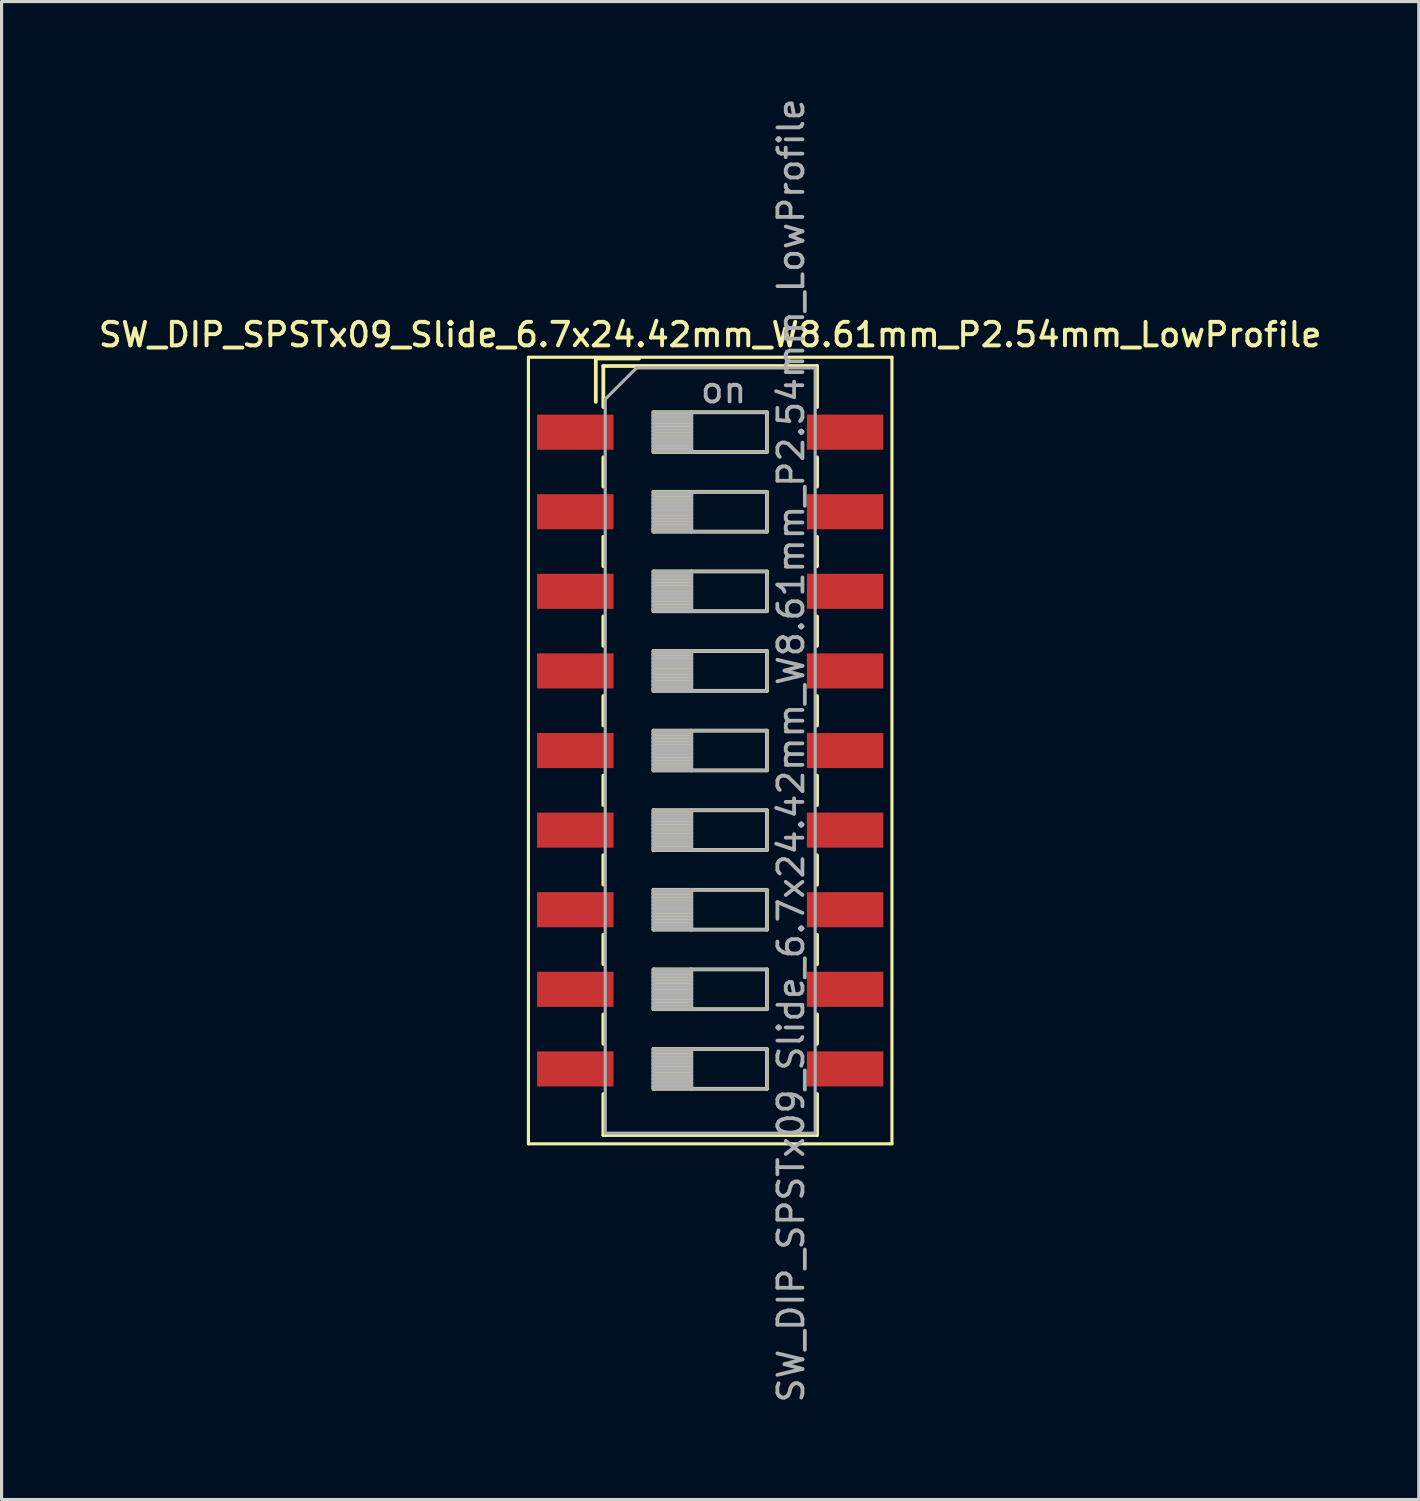
<source format=kicad_pcb>
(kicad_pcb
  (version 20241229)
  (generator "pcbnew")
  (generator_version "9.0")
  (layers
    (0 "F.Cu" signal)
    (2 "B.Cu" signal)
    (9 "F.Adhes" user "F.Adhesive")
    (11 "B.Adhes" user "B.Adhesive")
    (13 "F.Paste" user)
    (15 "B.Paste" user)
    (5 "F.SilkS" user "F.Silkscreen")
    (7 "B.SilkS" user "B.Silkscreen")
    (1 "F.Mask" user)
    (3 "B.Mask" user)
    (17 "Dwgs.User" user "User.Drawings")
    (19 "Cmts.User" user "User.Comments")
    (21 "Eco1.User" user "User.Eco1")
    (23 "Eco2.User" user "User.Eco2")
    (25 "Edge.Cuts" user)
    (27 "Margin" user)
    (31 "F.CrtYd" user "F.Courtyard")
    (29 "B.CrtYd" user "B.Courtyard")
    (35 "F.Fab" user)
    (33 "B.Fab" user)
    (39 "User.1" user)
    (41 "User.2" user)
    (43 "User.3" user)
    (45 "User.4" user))
  (footprint "SW_DIP_SPSTx09_Slide_6.7x24.42mm_W8.61mm_P2.54mm_LowProfile"
    (layer "F.Cu")
    (at 19.613 20.9)
    (property "Reference" "SW_DIP_SPSTx09_Slide_6.7x24.42mm_W8.61mm_P2.54mm_LowProfile" (at 0 -13.27 0) (layer "F.SilkS") (effects (font (size 0.75 0.75) (thickness 0.125))))
    (attr smd)
    (fp_line (start -5.8 -12.55) (end -5.8 12.55) (stroke (width 0.1) (type solid)) (layer "F.SilkS"))
    (fp_line (start -5.8 12.55) (end 5.8 12.55) (stroke (width 0.1) (type solid)) (layer "F.SilkS"))
    (fp_line (start -3.65 -12.51) (end -3.65 -11.127) (stroke (width 0.12) (type solid)) (layer "F.SilkS"))
    (fp_line (start -3.65 -12.51) (end -2.267 -12.51) (stroke (width 0.12) (type solid)) (layer "F.SilkS"))
    (fp_line (start -3.41 -12.27) (end -3.41 -10.96) (stroke (width 0.12) (type solid)) (layer "F.SilkS"))
    (fp_line (start -3.41 -12.27) (end 3.41 -12.27) (stroke (width 0.12) (type solid)) (layer "F.SilkS"))
    (fp_line (start -3.41 -9.36) (end -3.41 -8.42) (stroke (width 0.12) (type solid)) (layer "F.SilkS"))
    (fp_line (start -3.41 -6.82) (end -3.41 -5.88) (stroke (width 0.12) (type solid)) (layer "F.SilkS"))
    (fp_line (start -3.41 -4.28) (end -3.41 -3.34) (stroke (width 0.12) (type solid)) (layer "F.SilkS"))
    (fp_line (start -3.41 -1.74) (end -3.41 -0.8) (stroke (width 0.12) (type solid)) (layer "F.SilkS"))
    (fp_line (start -3.41 0.8) (end -3.41 1.74) (stroke (width 0.12) (type solid)) (layer "F.SilkS"))
    (fp_line (start -3.41 3.34) (end -3.41 4.28) (stroke (width 0.12) (type solid)) (layer "F.SilkS"))
    (fp_line (start -3.41 5.88) (end -3.41 6.82) (stroke (width 0.12) (type solid)) (layer "F.SilkS"))
    (fp_line (start -3.41 8.42) (end -3.41 9.36) (stroke (width 0.12) (type solid)) (layer "F.SilkS"))
    (fp_line (start -3.41 10.96) (end -3.41 12.271) (stroke (width 0.12) (type solid)) (layer "F.SilkS"))
    (fp_line (start -3.41 12.271) (end 3.41 12.271) (stroke (width 0.12) (type solid)) (layer "F.SilkS"))
    (fp_line (start -1.81 -10.795) (end -1.81 -9.525) (stroke (width 0.12) (type solid)) (layer "F.SilkS"))
    (fp_line (start -1.81 -10.675) (end -0.603 -10.675) (stroke (width 0.12) (type solid)) (layer "F.SilkS"))
    (fp_line (start -1.81 -10.555) (end -0.603 -10.555) (stroke (width 0.12) (type solid)) (layer "F.SilkS"))
    (fp_line (start -1.81 -10.435) (end -0.603 -10.435) (stroke (width 0.12) (type solid)) (layer "F.SilkS"))
    (fp_line (start -1.81 -10.315) (end -0.603 -10.315) (stroke (width 0.12) (type solid)) (layer "F.SilkS"))
    (fp_line (start -1.81 -10.195) (end -0.603 -10.195) (stroke (width 0.12) (type solid)) (layer "F.SilkS"))
    (fp_line (start -1.81 -10.075) (end -0.603 -10.075) (stroke (width 0.12) (type solid)) (layer "F.SilkS"))
    (fp_line (start -1.81 -9.955) (end -0.603 -9.955) (stroke (width 0.12) (type solid)) (layer "F.SilkS"))
    (fp_line (start -1.81 -9.835) (end -0.603 -9.835) (stroke (width 0.12) (type solid)) (layer "F.SilkS"))
    (fp_line (start -1.81 -9.715) (end -0.603 -9.715) (stroke (width 0.12) (type solid)) (layer "F.SilkS"))
    (fp_line (start -1.81 -9.595) (end -0.603 -9.595) (stroke (width 0.12) (type solid)) (layer "F.SilkS"))
    (fp_line (start -1.81 -9.525) (end 1.81 -9.525) (stroke (width 0.12) (type solid)) (layer "F.SilkS"))
    (fp_line (start -1.81 -8.255) (end -1.81 -6.985) (stroke (width 0.12) (type solid)) (layer "F.SilkS"))
    (fp_line (start -1.81 -8.135) (end -0.603 -8.135) (stroke (width 0.12) (type solid)) (layer "F.SilkS"))
    (fp_line (start -1.81 -8.015) (end -0.603 -8.015) (stroke (width 0.12) (type solid)) (layer "F.SilkS"))
    (fp_line (start -1.81 -7.895) (end -0.603 -7.895) (stroke (width 0.12) (type solid)) (layer "F.SilkS"))
    (fp_line (start -1.81 -7.775) (end -0.603 -7.775) (stroke (width 0.12) (type solid)) (layer "F.SilkS"))
    (fp_line (start -1.81 -7.655) (end -0.603 -7.655) (stroke (width 0.12) (type solid)) (layer "F.SilkS"))
    (fp_line (start -1.81 -7.535) (end -0.603 -7.535) (stroke (width 0.12) (type solid)) (layer "F.SilkS"))
    (fp_line (start -1.81 -7.415) (end -0.603 -7.415) (stroke (width 0.12) (type solid)) (layer "F.SilkS"))
    (fp_line (start -1.81 -7.295) (end -0.603 -7.295) (stroke (width 0.12) (type solid)) (layer "F.SilkS"))
    (fp_line (start -1.81 -7.175) (end -0.603 -7.175) (stroke (width 0.12) (type solid)) (layer "F.SilkS"))
    (fp_line (start -1.81 -7.055) (end -0.603 -7.055) (stroke (width 0.12) (type solid)) (layer "F.SilkS"))
    (fp_line (start -1.81 -6.985) (end 1.81 -6.985) (stroke (width 0.12) (type solid)) (layer "F.SilkS"))
    (fp_line (start -1.81 -5.715) (end -1.81 -4.445) (stroke (width 0.12) (type solid)) (layer "F.SilkS"))
    (fp_line (start -1.81 -5.595) (end -0.603 -5.595) (stroke (width 0.12) (type solid)) (layer "F.SilkS"))
    (fp_line (start -1.81 -5.475) (end -0.603 -5.475) (stroke (width 0.12) (type solid)) (layer "F.SilkS"))
    (fp_line (start -1.81 -5.355) (end -0.603 -5.355) (stroke (width 0.12) (type solid)) (layer "F.SilkS"))
    (fp_line (start -1.81 -5.235) (end -0.603 -5.235) (stroke (width 0.12) (type solid)) (layer "F.SilkS"))
    (fp_line (start -1.81 -5.115) (end -0.603 -5.115) (stroke (width 0.12) (type solid)) (layer "F.SilkS"))
    (fp_line (start -1.81 -4.995) (end -0.603 -4.995) (stroke (width 0.12) (type solid)) (layer "F.SilkS"))
    (fp_line (start -1.81 -4.875) (end -0.603 -4.875) (stroke (width 0.12) (type solid)) (layer "F.SilkS"))
    (fp_line (start -1.81 -4.755) (end -0.603 -4.755) (stroke (width 0.12) (type solid)) (layer "F.SilkS"))
    (fp_line (start -1.81 -4.635) (end -0.603 -4.635) (stroke (width 0.12) (type solid)) (layer "F.SilkS"))
    (fp_line (start -1.81 -4.515) (end -0.603 -4.515) (stroke (width 0.12) (type solid)) (layer "F.SilkS"))
    (fp_line (start -1.81 -4.445) (end 1.81 -4.445) (stroke (width 0.12) (type solid)) (layer "F.SilkS"))
    (fp_line (start -1.81 -3.175) (end -1.81 -1.905) (stroke (width 0.12) (type solid)) (layer "F.SilkS"))
    (fp_line (start -1.81 -3.055) (end -0.603 -3.055) (stroke (width 0.12) (type solid)) (layer "F.SilkS"))
    (fp_line (start -1.81 -2.935) (end -0.603 -2.935) (stroke (width 0.12) (type solid)) (layer "F.SilkS"))
    (fp_line (start -1.81 -2.815) (end -0.603 -2.815) (stroke (width 0.12) (type solid)) (layer "F.SilkS"))
    (fp_line (start -1.81 -2.695) (end -0.603 -2.695) (stroke (width 0.12) (type solid)) (layer "F.SilkS"))
    (fp_line (start -1.81 -2.575) (end -0.603 -2.575) (stroke (width 0.12) (type solid)) (layer "F.SilkS"))
    (fp_line (start -1.81 -2.455) (end -0.603 -2.455) (stroke (width 0.12) (type solid)) (layer "F.SilkS"))
    (fp_line (start -1.81 -2.335) (end -0.603 -2.335) (stroke (width 0.12) (type solid)) (layer "F.SilkS"))
    (fp_line (start -1.81 -2.215) (end -0.603 -2.215) (stroke (width 0.12) (type solid)) (layer "F.SilkS"))
    (fp_line (start -1.81 -2.095) (end -0.603 -2.095) (stroke (width 0.12) (type solid)) (layer "F.SilkS"))
    (fp_line (start -1.81 -1.975) (end -0.603 -1.975) (stroke (width 0.12) (type solid)) (layer "F.SilkS"))
    (fp_line (start -1.81 -1.905) (end 1.81 -1.905) (stroke (width 0.12) (type solid)) (layer "F.SilkS"))
    (fp_line (start -1.81 -0.635) (end -1.81 0.635) (stroke (width 0.12) (type solid)) (layer "F.SilkS"))
    (fp_line (start -1.81 -0.515) (end -0.603 -0.515) (stroke (width 0.12) (type solid)) (layer "F.SilkS"))
    (fp_line (start -1.81 -0.395) (end -0.603 -0.395) (stroke (width 0.12) (type solid)) (layer "F.SilkS"))
    (fp_line (start -1.81 -0.275) (end -0.603 -0.275) (stroke (width 0.12) (type solid)) (layer "F.SilkS"))
    (fp_line (start -1.81 -0.155) (end -0.603 -0.155) (stroke (width 0.12) (type solid)) (layer "F.SilkS"))
    (fp_line (start -1.81 -0.035) (end -0.603 -0.035) (stroke (width 0.12) (type solid)) (layer "F.SilkS"))
    (fp_line (start -1.81 0.085) (end -0.603 0.085) (stroke (width 0.12) (type solid)) (layer "F.SilkS"))
    (fp_line (start -1.81 0.205) (end -0.603 0.205) (stroke (width 0.12) (type solid)) (layer "F.SilkS"))
    (fp_line (start -1.81 0.325) (end -0.603 0.325) (stroke (width 0.12) (type solid)) (layer "F.SilkS"))
    (fp_line (start -1.81 0.445) (end -0.603 0.445) (stroke (width 0.12) (type solid)) (layer "F.SilkS"))
    (fp_line (start -1.81 0.565) (end -0.603 0.565) (stroke (width 0.12) (type solid)) (layer "F.SilkS"))
    (fp_line (start -1.81 0.635) (end 1.81 0.635) (stroke (width 0.12) (type solid)) (layer "F.SilkS"))
    (fp_line (start -1.81 1.905) (end -1.81 3.175) (stroke (width 0.12) (type solid)) (layer "F.SilkS"))
    (fp_line (start -1.81 2.025) (end -0.603 2.025) (stroke (width 0.12) (type solid)) (layer "F.SilkS"))
    (fp_line (start -1.81 2.145) (end -0.603 2.145) (stroke (width 0.12) (type solid)) (layer "F.SilkS"))
    (fp_line (start -1.81 2.265) (end -0.603 2.265) (stroke (width 0.12) (type solid)) (layer "F.SilkS"))
    (fp_line (start -1.81 2.385) (end -0.603 2.385) (stroke (width 0.12) (type solid)) (layer "F.SilkS"))
    (fp_line (start -1.81 2.505) (end -0.603 2.505) (stroke (width 0.12) (type solid)) (layer "F.SilkS"))
    (fp_line (start -1.81 2.625) (end -0.603 2.625) (stroke (width 0.12) (type solid)) (layer "F.SilkS"))
    (fp_line (start -1.81 2.745) (end -0.603 2.745) (stroke (width 0.12) (type solid)) (layer "F.SilkS"))
    (fp_line (start -1.81 2.865) (end -0.603 2.865) (stroke (width 0.12) (type solid)) (layer "F.SilkS"))
    (fp_line (start -1.81 2.985) (end -0.603 2.985) (stroke (width 0.12) (type solid)) (layer "F.SilkS"))
    (fp_line (start -1.81 3.105) (end -0.603 3.105) (stroke (width 0.12) (type solid)) (layer "F.SilkS"))
    (fp_line (start -1.81 3.175) (end 1.81 3.175) (stroke (width 0.12) (type solid)) (layer "F.SilkS"))
    (fp_line (start -1.81 4.445) (end -1.81 5.715) (stroke (width 0.12) (type solid)) (layer "F.SilkS"))
    (fp_line (start -1.81 4.565) (end -0.603 4.565) (stroke (width 0.12) (type solid)) (layer "F.SilkS"))
    (fp_line (start -1.81 4.685) (end -0.603 4.685) (stroke (width 0.12) (type solid)) (layer "F.SilkS"))
    (fp_line (start -1.81 4.805) (end -0.603 4.805) (stroke (width 0.12) (type solid)) (layer "F.SilkS"))
    (fp_line (start -1.81 4.925) (end -0.603 4.925) (stroke (width 0.12) (type solid)) (layer "F.SilkS"))
    (fp_line (start -1.81 5.045) (end -0.603 5.045) (stroke (width 0.12) (type solid)) (layer "F.SilkS"))
    (fp_line (start -1.81 5.165) (end -0.603 5.165) (stroke (width 0.12) (type solid)) (layer "F.SilkS"))
    (fp_line (start -1.81 5.285) (end -0.603 5.285) (stroke (width 0.12) (type solid)) (layer "F.SilkS"))
    (fp_line (start -1.81 5.405) (end -0.603 5.405) (stroke (width 0.12) (type solid)) (layer "F.SilkS"))
    (fp_line (start -1.81 5.525) (end -0.603 5.525) (stroke (width 0.12) (type solid)) (layer "F.SilkS"))
    (fp_line (start -1.81 5.645) (end -0.603 5.645) (stroke (width 0.12) (type solid)) (layer "F.SilkS"))
    (fp_line (start -1.81 5.715) (end 1.81 5.715) (stroke (width 0.12) (type solid)) (layer "F.SilkS"))
    (fp_line (start -1.81 6.985) (end -1.81 8.255) (stroke (width 0.12) (type solid)) (layer "F.SilkS"))
    (fp_line (start -1.81 7.105) (end -0.603 7.105) (stroke (width 0.12) (type solid)) (layer "F.SilkS"))
    (fp_line (start -1.81 7.225) (end -0.603 7.225) (stroke (width 0.12) (type solid)) (layer "F.SilkS"))
    (fp_line (start -1.81 7.345) (end -0.603 7.345) (stroke (width 0.12) (type solid)) (layer "F.SilkS"))
    (fp_line (start -1.81 7.465) (end -0.603 7.465) (stroke (width 0.12) (type solid)) (layer "F.SilkS"))
    (fp_line (start -1.81 7.585) (end -0.603 7.585) (stroke (width 0.12) (type solid)) (layer "F.SilkS"))
    (fp_line (start -1.81 7.705) (end -0.603 7.705) (stroke (width 0.12) (type solid)) (layer "F.SilkS"))
    (fp_line (start -1.81 7.825) (end -0.603 7.825) (stroke (width 0.12) (type solid)) (layer "F.SilkS"))
    (fp_line (start -1.81 7.945) (end -0.603 7.945) (stroke (width 0.12) (type solid)) (layer "F.SilkS"))
    (fp_line (start -1.81 8.065) (end -0.603 8.065) (stroke (width 0.12) (type solid)) (layer "F.SilkS"))
    (fp_line (start -1.81 8.185) (end -0.603 8.185) (stroke (width 0.12) (type solid)) (layer "F.SilkS"))
    (fp_line (start -1.81 8.255) (end 1.81 8.255) (stroke (width 0.12) (type solid)) (layer "F.SilkS"))
    (fp_line (start -1.81 9.525) (end -1.81 10.795) (stroke (width 0.12) (type solid)) (layer "F.SilkS"))
    (fp_line (start -1.81 9.645) (end -0.603 9.645) (stroke (width 0.12) (type solid)) (layer "F.SilkS"))
    (fp_line (start -1.81 9.765) (end -0.603 9.765) (stroke (width 0.12) (type solid)) (layer "F.SilkS"))
    (fp_line (start -1.81 9.885) (end -0.603 9.885) (stroke (width 0.12) (type solid)) (layer "F.SilkS"))
    (fp_line (start -1.81 10.005) (end -0.603 10.005) (stroke (width 0.12) (type solid)) (layer "F.SilkS"))
    (fp_line (start -1.81 10.125) (end -0.603 10.125) (stroke (width 0.12) (type solid)) (layer "F.SilkS"))
    (fp_line (start -1.81 10.245) (end -0.603 10.245) (stroke (width 0.12) (type solid)) (layer "F.SilkS"))
    (fp_line (start -1.81 10.365) (end -0.603 10.365) (stroke (width 0.12) (type solid)) (layer "F.SilkS"))
    (fp_line (start -1.81 10.485) (end -0.603 10.485) (stroke (width 0.12) (type solid)) (layer "F.SilkS"))
    (fp_line (start -1.81 10.605) (end -0.603 10.605) (stroke (width 0.12) (type solid)) (layer "F.SilkS"))
    (fp_line (start -1.81 10.725) (end -0.603 10.725) (stroke (width 0.12) (type solid)) (layer "F.SilkS"))
    (fp_line (start -1.81 10.795) (end 1.81 10.795) (stroke (width 0.12) (type solid)) (layer "F.SilkS"))
    (fp_line (start -0.603 -10.795) (end -0.603 -9.525) (stroke (width 0.12) (type solid)) (layer "F.SilkS"))
    (fp_line (start -0.603 -8.255) (end -0.603 -6.985) (stroke (width 0.12) (type solid)) (layer "F.SilkS"))
    (fp_line (start -0.603 -5.715) (end -0.603 -4.445) (stroke (width 0.12) (type solid)) (layer "F.SilkS"))
    (fp_line (start -0.603 -3.175) (end -0.603 -1.905) (stroke (width 0.12) (type solid)) (layer "F.SilkS"))
    (fp_line (start -0.603 -0.635) (end -0.603 0.635) (stroke (width 0.12) (type solid)) (layer "F.SilkS"))
    (fp_line (start -0.603 1.905) (end -0.603 3.175) (stroke (width 0.12) (type solid)) (layer "F.SilkS"))
    (fp_line (start -0.603 4.445) (end -0.603 5.715) (stroke (width 0.12) (type solid)) (layer "F.SilkS"))
    (fp_line (start -0.603 6.985) (end -0.603 8.255) (stroke (width 0.12) (type solid)) (layer "F.SilkS"))
    (fp_line (start -0.603 9.525) (end -0.603 10.795) (stroke (width 0.12) (type solid)) (layer "F.SilkS"))
    (fp_line (start 1.81 -10.795) (end -1.81 -10.795) (stroke (width 0.12) (type solid)) (layer "F.SilkS"))
    (fp_line (start 1.81 -9.525) (end 1.81 -10.795) (stroke (width 0.12) (type solid)) (layer "F.SilkS"))
    (fp_line (start 1.81 -8.255) (end -1.81 -8.255) (stroke (width 0.12) (type solid)) (layer "F.SilkS"))
    (fp_line (start 1.81 -6.985) (end 1.81 -8.255) (stroke (width 0.12) (type solid)) (layer "F.SilkS"))
    (fp_line (start 1.81 -5.715) (end -1.81 -5.715) (stroke (width 0.12) (type solid)) (layer "F.SilkS"))
    (fp_line (start 1.81 -4.445) (end 1.81 -5.715) (stroke (width 0.12) (type solid)) (layer "F.SilkS"))
    (fp_line (start 1.81 -3.175) (end -1.81 -3.175) (stroke (width 0.12) (type solid)) (layer "F.SilkS"))
    (fp_line (start 1.81 -1.905) (end 1.81 -3.175) (stroke (width 0.12) (type solid)) (layer "F.SilkS"))
    (fp_line (start 1.81 -0.635) (end -1.81 -0.635) (stroke (width 0.12) (type solid)) (layer "F.SilkS"))
    (fp_line (start 1.81 0.635) (end 1.81 -0.635) (stroke (width 0.12) (type solid)) (layer "F.SilkS"))
    (fp_line (start 1.81 1.905) (end -1.81 1.905) (stroke (width 0.12) (type solid)) (layer "F.SilkS"))
    (fp_line (start 1.81 3.175) (end 1.81 1.905) (stroke (width 0.12) (type solid)) (layer "F.SilkS"))
    (fp_line (start 1.81 4.445) (end -1.81 4.445) (stroke (width 0.12) (type solid)) (layer "F.SilkS"))
    (fp_line (start 1.81 5.715) (end 1.81 4.445) (stroke (width 0.12) (type solid)) (layer "F.SilkS"))
    (fp_line (start 1.81 6.985) (end -1.81 6.985) (stroke (width 0.12) (type solid)) (layer "F.SilkS"))
    (fp_line (start 1.81 8.255) (end 1.81 6.985) (stroke (width 0.12) (type solid)) (layer "F.SilkS"))
    (fp_line (start 1.81 9.525) (end -1.81 9.525) (stroke (width 0.12) (type solid)) (layer "F.SilkS"))
    (fp_line (start 1.81 10.795) (end 1.81 9.525) (stroke (width 0.12) (type solid)) (layer "F.SilkS"))
    (fp_line (start 3.41 -12.27) (end 3.41 -10.96) (stroke (width 0.12) (type solid)) (layer "F.SilkS"))
    (fp_line (start 3.41 -9.359) (end 3.41 -8.419) (stroke (width 0.12) (type solid)) (layer "F.SilkS"))
    (fp_line (start 3.41 -6.819) (end 3.41 -5.879) (stroke (width 0.12) (type solid)) (layer "F.SilkS"))
    (fp_line (start 3.41 -4.279) (end 3.41 -3.339) (stroke (width 0.12) (type solid)) (layer "F.SilkS"))
    (fp_line (start 3.41 -1.739) (end 3.41 -0.799) (stroke (width 0.12) (type solid)) (layer "F.SilkS"))
    (fp_line (start 3.41 0.801) (end 3.41 1.741) (stroke (width 0.12) (type solid)) (layer "F.SilkS"))
    (fp_line (start 3.41 3.341) (end 3.41 4.281) (stroke (width 0.12) (type solid)) (layer "F.SilkS"))
    (fp_line (start 3.41 5.881) (end 3.41 6.82) (stroke (width 0.12) (type solid)) (layer "F.SilkS"))
    (fp_line (start 3.41 8.42) (end 3.41 9.36) (stroke (width 0.12) (type solid)) (layer "F.SilkS"))
    (fp_line (start 3.41 10.96) (end 3.41 12.271) (stroke (width 0.12) (type solid)) (layer "F.SilkS"))
    (fp_line (start 5.8 -12.55) (end -5.8 -12.55) (stroke (width 0.1) (type solid)) (layer "F.SilkS"))
    (fp_line (start 5.8 12.55) (end 5.8 -12.55) (stroke (width 0.1) (type solid)) (layer "F.SilkS"))
    (fp_line (start -3.35 -11.21) (end -2.35 -12.21) (stroke (width 0.1) (type solid)) (layer "F.Fab"))
    (fp_line (start -3.35 12.21) (end -3.35 -11.21) (stroke (width 0.1) (type solid)) (layer "F.Fab"))
    (fp_line (start -2.35 -12.21) (end 3.35 -12.21) (stroke (width 0.1) (type solid)) (layer "F.Fab"))
    (fp_line (start -1.81 -10.795) (end -1.81 -9.525) (stroke (width 0.1) (type solid)) (layer "F.Fab"))
    (fp_line (start -1.81 -10.695) (end -0.603 -10.695) (stroke (width 0.1) (type solid)) (layer "F.Fab"))
    (fp_line (start -1.81 -10.595) (end -0.603 -10.595) (stroke (width 0.1) (type solid)) (layer "F.Fab"))
    (fp_line (start -1.81 -10.495) (end -0.603 -10.495) (stroke (width 0.1) (type solid)) (layer "F.Fab"))
    (fp_line (start -1.81 -10.395) (end -0.603 -10.395) (stroke (width 0.1) (type solid)) (layer "F.Fab"))
    (fp_line (start -1.81 -10.295) (end -0.603 -10.295) (stroke (width 0.1) (type solid)) (layer "F.Fab"))
    (fp_line (start -1.81 -10.195) (end -0.603 -10.195) (stroke (width 0.1) (type solid)) (layer "F.Fab"))
    (fp_line (start -1.81 -10.095) (end -0.603 -10.095) (stroke (width 0.1) (type solid)) (layer "F.Fab"))
    (fp_line (start -1.81 -9.995) (end -0.603 -9.995) (stroke (width 0.1) (type solid)) (layer "F.Fab"))
    (fp_line (start -1.81 -9.895) (end -0.603 -9.895) (stroke (width 0.1) (type solid)) (layer "F.Fab"))
    (fp_line (start -1.81 -9.795) (end -0.603 -9.795) (stroke (width 0.1) (type solid)) (layer "F.Fab"))
    (fp_line (start -1.81 -9.695) (end -0.603 -9.695) (stroke (width 0.1) (type solid)) (layer "F.Fab"))
    (fp_line (start -1.81 -9.595) (end -0.603 -9.595) (stroke (width 0.1) (type solid)) (layer "F.Fab"))
    (fp_line (start -1.81 -9.525) (end 1.81 -9.525) (stroke (width 0.1) (type solid)) (layer "F.Fab"))
    (fp_line (start -1.81 -8.255) (end -1.81 -6.985) (stroke (width 0.1) (type solid)) (layer "F.Fab"))
    (fp_line (start -1.81 -8.155) (end -0.603 -8.155) (stroke (width 0.1) (type solid)) (layer "F.Fab"))
    (fp_line (start -1.81 -8.055) (end -0.603 -8.055) (stroke (width 0.1) (type solid)) (layer "F.Fab"))
    (fp_line (start -1.81 -7.955) (end -0.603 -7.955) (stroke (width 0.1) (type solid)) (layer "F.Fab"))
    (fp_line (start -1.81 -7.855) (end -0.603 -7.855) (stroke (width 0.1) (type solid)) (layer "F.Fab"))
    (fp_line (start -1.81 -7.755) (end -0.603 -7.755) (stroke (width 0.1) (type solid)) (layer "F.Fab"))
    (fp_line (start -1.81 -7.655) (end -0.603 -7.655) (stroke (width 0.1) (type solid)) (layer "F.Fab"))
    (fp_line (start -1.81 -7.555) (end -0.603 -7.555) (stroke (width 0.1) (type solid)) (layer "F.Fab"))
    (fp_line (start -1.81 -7.455) (end -0.603 -7.455) (stroke (width 0.1) (type solid)) (layer "F.Fab"))
    (fp_line (start -1.81 -7.355) (end -0.603 -7.355) (stroke (width 0.1) (type solid)) (layer "F.Fab"))
    (fp_line (start -1.81 -7.255) (end -0.603 -7.255) (stroke (width 0.1) (type solid)) (layer "F.Fab"))
    (fp_line (start -1.81 -7.155) (end -0.603 -7.155) (stroke (width 0.1) (type solid)) (layer "F.Fab"))
    (fp_line (start -1.81 -7.055) (end -0.603 -7.055) (stroke (width 0.1) (type solid)) (layer "F.Fab"))
    (fp_line (start -1.81 -6.985) (end 1.81 -6.985) (stroke (width 0.1) (type solid)) (layer "F.Fab"))
    (fp_line (start -1.81 -5.715) (end -1.81 -4.445) (stroke (width 0.1) (type solid)) (layer "F.Fab"))
    (fp_line (start -1.81 -5.615) (end -0.603 -5.615) (stroke (width 0.1) (type solid)) (layer "F.Fab"))
    (fp_line (start -1.81 -5.515) (end -0.603 -5.515) (stroke (width 0.1) (type solid)) (layer "F.Fab"))
    (fp_line (start -1.81 -5.415) (end -0.603 -5.415) (stroke (width 0.1) (type solid)) (layer "F.Fab"))
    (fp_line (start -1.81 -5.315) (end -0.603 -5.315) (stroke (width 0.1) (type solid)) (layer "F.Fab"))
    (fp_line (start -1.81 -5.215) (end -0.603 -5.215) (stroke (width 0.1) (type solid)) (layer "F.Fab"))
    (fp_line (start -1.81 -5.115) (end -0.603 -5.115) (stroke (width 0.1) (type solid)) (layer "F.Fab"))
    (fp_line (start -1.81 -5.015) (end -0.603 -5.015) (stroke (width 0.1) (type solid)) (layer "F.Fab"))
    (fp_line (start -1.81 -4.915) (end -0.603 -4.915) (stroke (width 0.1) (type solid)) (layer "F.Fab"))
    (fp_line (start -1.81 -4.815) (end -0.603 -4.815) (stroke (width 0.1) (type solid)) (layer "F.Fab"))
    (fp_line (start -1.81 -4.715) (end -0.603 -4.715) (stroke (width 0.1) (type solid)) (layer "F.Fab"))
    (fp_line (start -1.81 -4.615) (end -0.603 -4.615) (stroke (width 0.1) (type solid)) (layer "F.Fab"))
    (fp_line (start -1.81 -4.515) (end -0.603 -4.515) (stroke (width 0.1) (type solid)) (layer "F.Fab"))
    (fp_line (start -1.81 -4.445) (end 1.81 -4.445) (stroke (width 0.1) (type solid)) (layer "F.Fab"))
    (fp_line (start -1.81 -3.175) (end -1.81 -1.905) (stroke (width 0.1) (type solid)) (layer "F.Fab"))
    (fp_line (start -1.81 -3.075) (end -0.603 -3.075) (stroke (width 0.1) (type solid)) (layer "F.Fab"))
    (fp_line (start -1.81 -2.975) (end -0.603 -2.975) (stroke (width 0.1) (type solid)) (layer "F.Fab"))
    (fp_line (start -1.81 -2.875) (end -0.603 -2.875) (stroke (width 0.1) (type solid)) (layer "F.Fab"))
    (fp_line (start -1.81 -2.775) (end -0.603 -2.775) (stroke (width 0.1) (type solid)) (layer "F.Fab"))
    (fp_line (start -1.81 -2.675) (end -0.603 -2.675) (stroke (width 0.1) (type solid)) (layer "F.Fab"))
    (fp_line (start -1.81 -2.575) (end -0.603 -2.575) (stroke (width 0.1) (type solid)) (layer "F.Fab"))
    (fp_line (start -1.81 -2.475) (end -0.603 -2.475) (stroke (width 0.1) (type solid)) (layer "F.Fab"))
    (fp_line (start -1.81 -2.375) (end -0.603 -2.375) (stroke (width 0.1) (type solid)) (layer "F.Fab"))
    (fp_line (start -1.81 -2.275) (end -0.603 -2.275) (stroke (width 0.1) (type solid)) (layer "F.Fab"))
    (fp_line (start -1.81 -2.175) (end -0.603 -2.175) (stroke (width 0.1) (type solid)) (layer "F.Fab"))
    (fp_line (start -1.81 -2.075) (end -0.603 -2.075) (stroke (width 0.1) (type solid)) (layer "F.Fab"))
    (fp_line (start -1.81 -1.975) (end -0.603 -1.975) (stroke (width 0.1) (type solid)) (layer "F.Fab"))
    (fp_line (start -1.81 -1.905) (end 1.81 -1.905) (stroke (width 0.1) (type solid)) (layer "F.Fab"))
    (fp_line (start -1.81 -0.635) (end -1.81 0.635) (stroke (width 0.1) (type solid)) (layer "F.Fab"))
    (fp_line (start -1.81 -0.535) (end -0.603 -0.535) (stroke (width 0.1) (type solid)) (layer "F.Fab"))
    (fp_line (start -1.81 -0.435) (end -0.603 -0.435) (stroke (width 0.1) (type solid)) (layer "F.Fab"))
    (fp_line (start -1.81 -0.335) (end -0.603 -0.335) (stroke (width 0.1) (type solid)) (layer "F.Fab"))
    (fp_line (start -1.81 -0.235) (end -0.603 -0.235) (stroke (width 0.1) (type solid)) (layer "F.Fab"))
    (fp_line (start -1.81 -0.135) (end -0.603 -0.135) (stroke (width 0.1) (type solid)) (layer "F.Fab"))
    (fp_line (start -1.81 -0.035) (end -0.603 -0.035) (stroke (width 0.1) (type solid)) (layer "F.Fab"))
    (fp_line (start -1.81 0.065) (end -0.603 0.065) (stroke (width 0.1) (type solid)) (layer "F.Fab"))
    (fp_line (start -1.81 0.165) (end -0.603 0.165) (stroke (width 0.1) (type solid)) (layer "F.Fab"))
    (fp_line (start -1.81 0.265) (end -0.603 0.265) (stroke (width 0.1) (type solid)) (layer "F.Fab"))
    (fp_line (start -1.81 0.365) (end -0.603 0.365) (stroke (width 0.1) (type solid)) (layer "F.Fab"))
    (fp_line (start -1.81 0.465) (end -0.603 0.465) (stroke (width 0.1) (type solid)) (layer "F.Fab"))
    (fp_line (start -1.81 0.565) (end -0.603 0.565) (stroke (width 0.1) (type solid)) (layer "F.Fab"))
    (fp_line (start -1.81 0.635) (end 1.81 0.635) (stroke (width 0.1) (type solid)) (layer "F.Fab"))
    (fp_line (start -1.81 1.905) (end -1.81 3.175) (stroke (width 0.1) (type solid)) (layer "F.Fab"))
    (fp_line (start -1.81 2.005) (end -0.603 2.005) (stroke (width 0.1) (type solid)) (layer "F.Fab"))
    (fp_line (start -1.81 2.105) (end -0.603 2.105) (stroke (width 0.1) (type solid)) (layer "F.Fab"))
    (fp_line (start -1.81 2.205) (end -0.603 2.205) (stroke (width 0.1) (type solid)) (layer "F.Fab"))
    (fp_line (start -1.81 2.305) (end -0.603 2.305) (stroke (width 0.1) (type solid)) (layer "F.Fab"))
    (fp_line (start -1.81 2.405) (end -0.603 2.405) (stroke (width 0.1) (type solid)) (layer "F.Fab"))
    (fp_line (start -1.81 2.505) (end -0.603 2.505) (stroke (width 0.1) (type solid)) (layer "F.Fab"))
    (fp_line (start -1.81 2.605) (end -0.603 2.605) (stroke (width 0.1) (type solid)) (layer "F.Fab"))
    (fp_line (start -1.81 2.705) (end -0.603 2.705) (stroke (width 0.1) (type solid)) (layer "F.Fab"))
    (fp_line (start -1.81 2.805) (end -0.603 2.805) (stroke (width 0.1) (type solid)) (layer "F.Fab"))
    (fp_line (start -1.81 2.905) (end -0.603 2.905) (stroke (width 0.1) (type solid)) (layer "F.Fab"))
    (fp_line (start -1.81 3.005) (end -0.603 3.005) (stroke (width 0.1) (type solid)) (layer "F.Fab"))
    (fp_line (start -1.81 3.105) (end -0.603 3.105) (stroke (width 0.1) (type solid)) (layer "F.Fab"))
    (fp_line (start -1.81 3.175) (end 1.81 3.175) (stroke (width 0.1) (type solid)) (layer "F.Fab"))
    (fp_line (start -1.81 4.445) (end -1.81 5.715) (stroke (width 0.1) (type solid)) (layer "F.Fab"))
    (fp_line (start -1.81 4.545) (end -0.603 4.545) (stroke (width 0.1) (type solid)) (layer "F.Fab"))
    (fp_line (start -1.81 4.645) (end -0.603 4.645) (stroke (width 0.1) (type solid)) (layer "F.Fab"))
    (fp_line (start -1.81 4.745) (end -0.603 4.745) (stroke (width 0.1) (type solid)) (layer "F.Fab"))
    (fp_line (start -1.81 4.845) (end -0.603 4.845) (stroke (width 0.1) (type solid)) (layer "F.Fab"))
    (fp_line (start -1.81 4.945) (end -0.603 4.945) (stroke (width 0.1) (type solid)) (layer "F.Fab"))
    (fp_line (start -1.81 5.045) (end -0.603 5.045) (stroke (width 0.1) (type solid)) (layer "F.Fab"))
    (fp_line (start -1.81 5.145) (end -0.603 5.145) (stroke (width 0.1) (type solid)) (layer "F.Fab"))
    (fp_line (start -1.81 5.245) (end -0.603 5.245) (stroke (width 0.1) (type solid)) (layer "F.Fab"))
    (fp_line (start -1.81 5.345) (end -0.603 5.345) (stroke (width 0.1) (type solid)) (layer "F.Fab"))
    (fp_line (start -1.81 5.445) (end -0.603 5.445) (stroke (width 0.1) (type solid)) (layer "F.Fab"))
    (fp_line (start -1.81 5.545) (end -0.603 5.545) (stroke (width 0.1) (type solid)) (layer "F.Fab"))
    (fp_line (start -1.81 5.645) (end -0.603 5.645) (stroke (width 0.1) (type solid)) (layer "F.Fab"))
    (fp_line (start -1.81 5.715) (end 1.81 5.715) (stroke (width 0.1) (type solid)) (layer "F.Fab"))
    (fp_line (start -1.81 6.985) (end -1.81 8.255) (stroke (width 0.1) (type solid)) (layer "F.Fab"))
    (fp_line (start -1.81 7.085) (end -0.603 7.085) (stroke (width 0.1) (type solid)) (layer "F.Fab"))
    (fp_line (start -1.81 7.185) (end -0.603 7.185) (stroke (width 0.1) (type solid)) (layer "F.Fab"))
    (fp_line (start -1.81 7.285) (end -0.603 7.285) (stroke (width 0.1) (type solid)) (layer "F.Fab"))
    (fp_line (start -1.81 7.385) (end -0.603 7.385) (stroke (width 0.1) (type solid)) (layer "F.Fab"))
    (fp_line (start -1.81 7.485) (end -0.603 7.485) (stroke (width 0.1) (type solid)) (layer "F.Fab"))
    (fp_line (start -1.81 7.585) (end -0.603 7.585) (stroke (width 0.1) (type solid)) (layer "F.Fab"))
    (fp_line (start -1.81 7.685) (end -0.603 7.685) (stroke (width 0.1) (type solid)) (layer "F.Fab"))
    (fp_line (start -1.81 7.785) (end -0.603 7.785) (stroke (width 0.1) (type solid)) (layer "F.Fab"))
    (fp_line (start -1.81 7.885) (end -0.603 7.885) (stroke (width 0.1) (type solid)) (layer "F.Fab"))
    (fp_line (start -1.81 7.985) (end -0.603 7.985) (stroke (width 0.1) (type solid)) (layer "F.Fab"))
    (fp_line (start -1.81 8.085) (end -0.603 8.085) (stroke (width 0.1) (type solid)) (layer "F.Fab"))
    (fp_line (start -1.81 8.185) (end -0.603 8.185) (stroke (width 0.1) (type solid)) (layer "F.Fab"))
    (fp_line (start -1.81 8.255) (end 1.81 8.255) (stroke (width 0.1) (type solid)) (layer "F.Fab"))
    (fp_line (start -1.81 9.525) (end -1.81 10.795) (stroke (width 0.1) (type solid)) (layer "F.Fab"))
    (fp_line (start -1.81 9.625) (end -0.603 9.625) (stroke (width 0.1) (type solid)) (layer "F.Fab"))
    (fp_line (start -1.81 9.725) (end -0.603 9.725) (stroke (width 0.1) (type solid)) (layer "F.Fab"))
    (fp_line (start -1.81 9.825) (end -0.603 9.825) (stroke (width 0.1) (type solid)) (layer "F.Fab"))
    (fp_line (start -1.81 9.925) (end -0.603 9.925) (stroke (width 0.1) (type solid)) (layer "F.Fab"))
    (fp_line (start -1.81 10.025) (end -0.603 10.025) (stroke (width 0.1) (type solid)) (layer "F.Fab"))
    (fp_line (start -1.81 10.125) (end -0.603 10.125) (stroke (width 0.1) (type solid)) (layer "F.Fab"))
    (fp_line (start -1.81 10.225) (end -0.603 10.225) (stroke (width 0.1) (type solid)) (layer "F.Fab"))
    (fp_line (start -1.81 10.325) (end -0.603 10.325) (stroke (width 0.1) (type solid)) (layer "F.Fab"))
    (fp_line (start -1.81 10.425) (end -0.603 10.425) (stroke (width 0.1) (type solid)) (layer "F.Fab"))
    (fp_line (start -1.81 10.525) (end -0.603 10.525) (stroke (width 0.1) (type solid)) (layer "F.Fab"))
    (fp_line (start -1.81 10.625) (end -0.603 10.625) (stroke (width 0.1) (type solid)) (layer "F.Fab"))
    (fp_line (start -1.81 10.725) (end -0.603 10.725) (stroke (width 0.1) (type solid)) (layer "F.Fab"))
    (fp_line (start -1.81 10.795) (end 1.81 10.795) (stroke (width 0.1) (type solid)) (layer "F.Fab"))
    (fp_line (start -0.603 -10.795) (end -0.603 -9.525) (stroke (width 0.1) (type solid)) (layer "F.Fab"))
    (fp_line (start -0.603 -8.255) (end -0.603 -6.985) (stroke (width 0.1) (type solid)) (layer "F.Fab"))
    (fp_line (start -0.603 -5.715) (end -0.603 -4.445) (stroke (width 0.1) (type solid)) (layer "F.Fab"))
    (fp_line (start -0.603 -3.175) (end -0.603 -1.905) (stroke (width 0.1) (type solid)) (layer "F.Fab"))
    (fp_line (start -0.603 -0.635) (end -0.603 0.635) (stroke (width 0.1) (type solid)) (layer "F.Fab"))
    (fp_line (start -0.603 1.905) (end -0.603 3.175) (stroke (width 0.1) (type solid)) (layer "F.Fab"))
    (fp_line (start -0.603 4.445) (end -0.603 5.715) (stroke (width 0.1) (type solid)) (layer "F.Fab"))
    (fp_line (start -0.603 6.985) (end -0.603 8.255) (stroke (width 0.1) (type solid)) (layer "F.Fab"))
    (fp_line (start -0.603 9.525) (end -0.603 10.795) (stroke (width 0.1) (type solid)) (layer "F.Fab"))
    (fp_line (start 1.81 -10.795) (end -1.81 -10.795) (stroke (width 0.1) (type solid)) (layer "F.Fab"))
    (fp_line (start 1.81 -9.525) (end 1.81 -10.795) (stroke (width 0.1) (type solid)) (layer "F.Fab"))
    (fp_line (start 1.81 -8.255) (end -1.81 -8.255) (stroke (width 0.1) (type solid)) (layer "F.Fab"))
    (fp_line (start 1.81 -6.985) (end 1.81 -8.255) (stroke (width 0.1) (type solid)) (layer "F.Fab"))
    (fp_line (start 1.81 -5.715) (end -1.81 -5.715) (stroke (width 0.1) (type solid)) (layer "F.Fab"))
    (fp_line (start 1.81 -4.445) (end 1.81 -5.715) (stroke (width 0.1) (type solid)) (layer "F.Fab"))
    (fp_line (start 1.81 -3.175) (end -1.81 -3.175) (stroke (width 0.1) (type solid)) (layer "F.Fab"))
    (fp_line (start 1.81 -1.905) (end 1.81 -3.175) (stroke (width 0.1) (type solid)) (layer "F.Fab"))
    (fp_line (start 1.81 -0.635) (end -1.81 -0.635) (stroke (width 0.1) (type solid)) (layer "F.Fab"))
    (fp_line (start 1.81 0.635) (end 1.81 -0.635) (stroke (width 0.1) (type solid)) (layer "F.Fab"))
    (fp_line (start 1.81 1.905) (end -1.81 1.905) (stroke (width 0.1) (type solid)) (layer "F.Fab"))
    (fp_line (start 1.81 3.175) (end 1.81 1.905) (stroke (width 0.1) (type solid)) (layer "F.Fab"))
    (fp_line (start 1.81 4.445) (end -1.81 4.445) (stroke (width 0.1) (type solid)) (layer "F.Fab"))
    (fp_line (start 1.81 5.715) (end 1.81 4.445) (stroke (width 0.1) (type solid)) (layer "F.Fab"))
    (fp_line (start 1.81 6.985) (end -1.81 6.985) (stroke (width 0.1) (type solid)) (layer "F.Fab"))
    (fp_line (start 1.81 8.255) (end 1.81 6.985) (stroke (width 0.1) (type solid)) (layer "F.Fab"))
    (fp_line (start 1.81 9.525) (end -1.81 9.525) (stroke (width 0.1) (type solid)) (layer "F.Fab"))
    (fp_line (start 1.81 10.795) (end 1.81 9.525) (stroke (width 0.1) (type solid)) (layer "F.Fab"))
    (fp_line (start 3.35 -12.21) (end 3.35 12.21) (stroke (width 0.1) (type solid)) (layer "F.Fab"))
    (fp_line (start 3.35 12.21) (end -3.35 12.21) (stroke (width 0.1) (type solid)) (layer "F.Fab"))
    (fp_text user "${REFERENCE}" (at 2.58 0 90) (layer "F.Fab") (effects (font (size 0.8 0.8) (thickness 0.12))))
    (fp_text user "on" (at 0.427 -11.502 0) (layer "F.Fab") (effects (font (size 0.8 0.8) (thickness 0.12))))
    (pad "1" smd rect (at -4.305 -10.16) (size 2.44 1.12) (layers "F.Cu" "F.Mask" "F.Paste"))
    (pad "2" smd rect (at -4.305 -7.62) (size 2.44 1.12) (layers "F.Cu" "F.Mask" "F.Paste"))
    (pad "3" smd rect (at -4.305 -5.08) (size 2.44 1.12) (layers "F.Cu" "F.Mask" "F.Paste"))
    (pad "4" smd rect (at -4.305 -2.54) (size 2.44 1.12) (layers "F.Cu" "F.Mask" "F.Paste"))
    (pad "5" smd rect (at -4.305 0) (size 2.44 1.12) (layers "F.Cu" "F.Mask" "F.Paste"))
    (pad "6" smd rect (at -4.305 2.54) (size 2.44 1.12) (layers "F.Cu" "F.Mask" "F.Paste"))
    (pad "7" smd rect (at -4.305 5.08) (size 2.44 1.12) (layers "F.Cu" "F.Mask" "F.Paste"))
    (pad "8" smd rect (at -4.305 7.62) (size 2.44 1.12) (layers "F.Cu" "F.Mask" "F.Paste"))
    (pad "9" smd rect (at -4.305 10.16) (size 2.44 1.12) (layers "F.Cu" "F.Mask" "F.Paste"))
    (pad "10" smd rect (at 4.305 10.16) (size 2.44 1.12) (layers "F.Cu" "F.Mask" "F.Paste"))
    (pad "11" smd rect (at 4.305 7.62) (size 2.44 1.12) (layers "F.Cu" "F.Mask" "F.Paste"))
    (pad "12" smd rect (at 4.305 5.08) (size 2.44 1.12) (layers "F.Cu" "F.Mask" "F.Paste"))
    (pad "13" smd rect (at 4.305 2.54) (size 2.44 1.12) (layers "F.Cu" "F.Mask" "F.Paste"))
    (pad "14" smd rect (at 4.305 0) (size 2.44 1.12) (layers "F.Cu" "F.Mask" "F.Paste"))
    (pad "15" smd rect (at 4.305 -2.54) (size 2.44 1.12) (layers "F.Cu" "F.Mask" "F.Paste"))
    (pad "16" smd rect (at 4.305 -5.08) (size 2.44 1.12) (layers "F.Cu" "F.Mask" "F.Paste"))
    (pad "17" smd rect (at 4.305 -7.62) (size 2.44 1.12) (layers "F.Cu" "F.Mask" "F.Paste"))
    (pad "18" smd rect (at 4.305 -10.16) (size 2.44 1.12) (layers "F.Cu" "F.Mask" "F.Paste")))
  (gr_rect
    (start -3 -3)
    (end 42.225 44.8)
    (stroke (width 0.1) (type default))
    (fill no)
    (layer "Edge.Cuts")))
</source>
